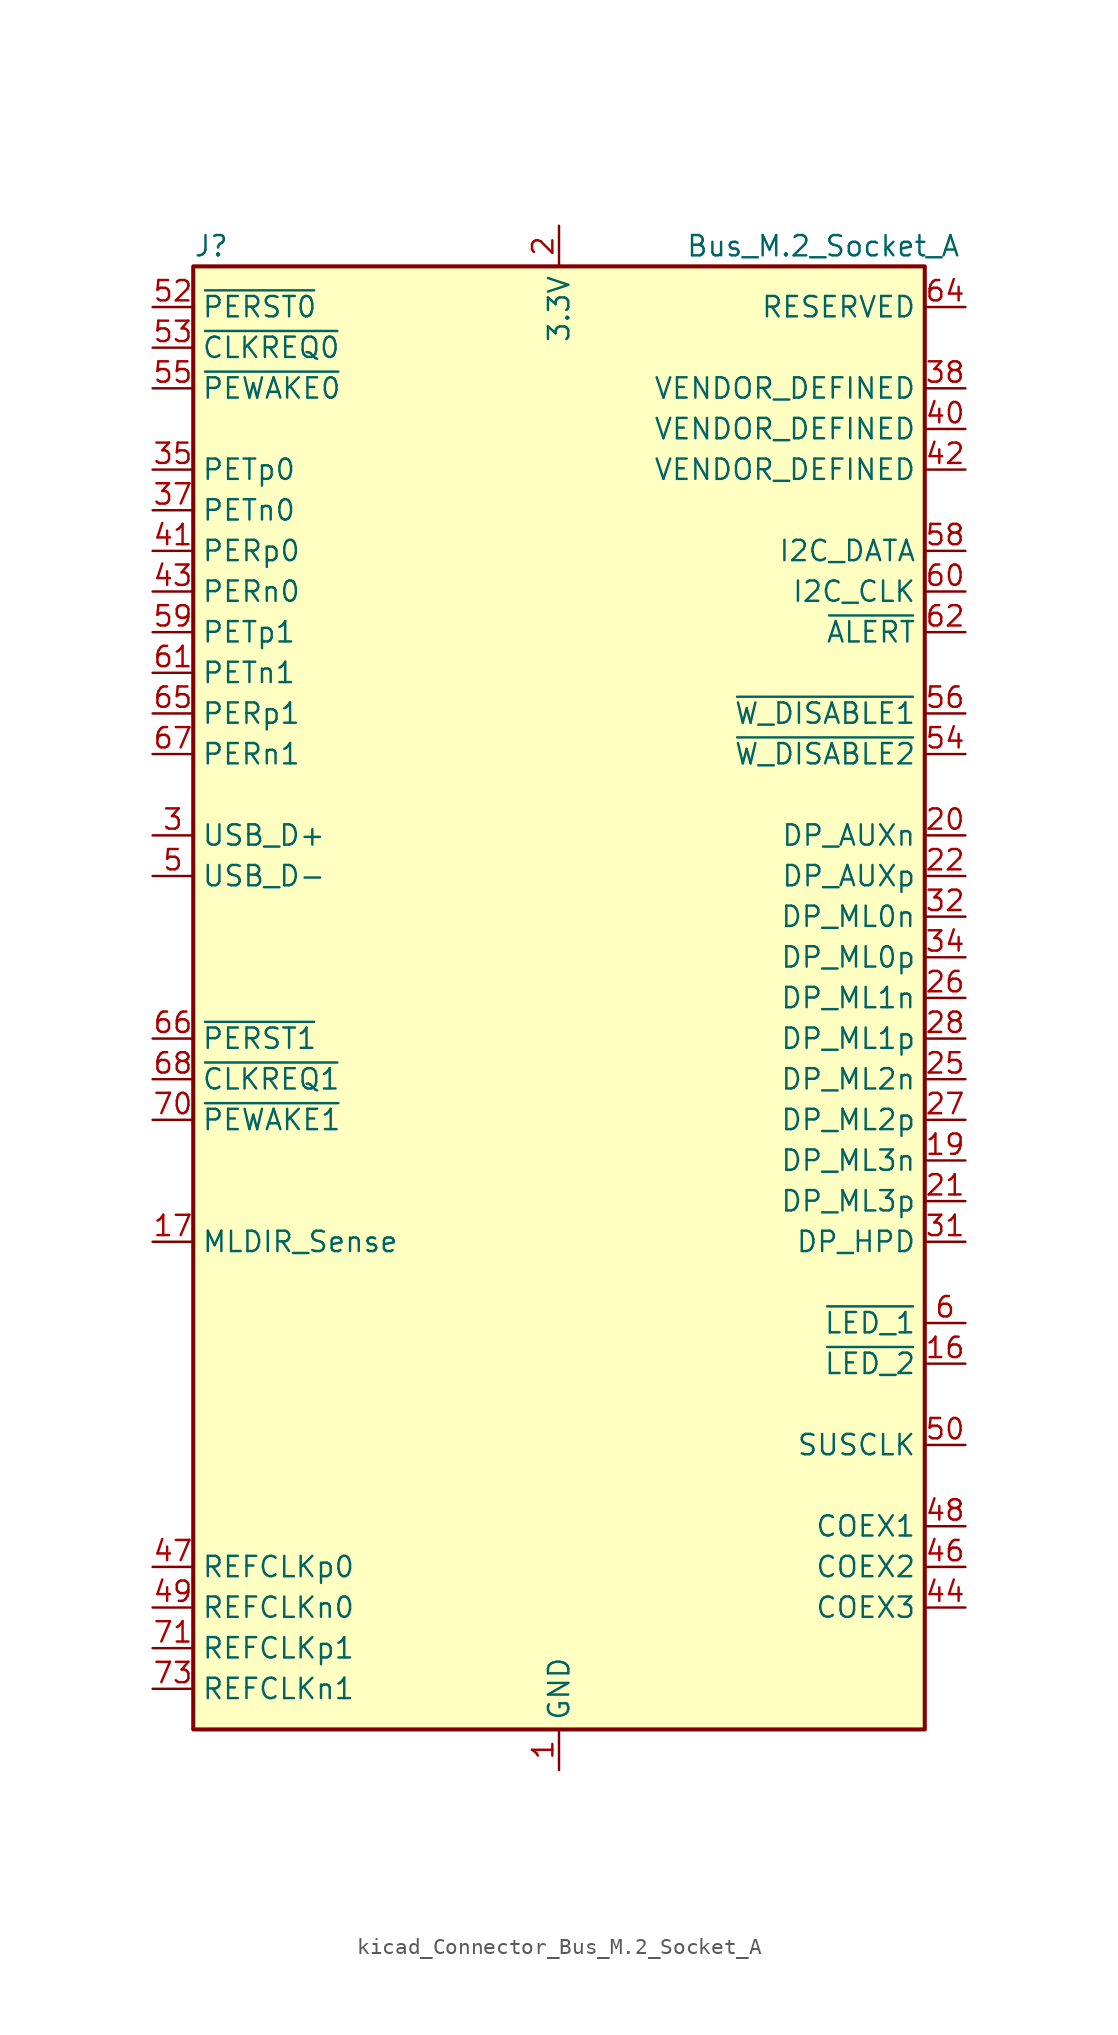
<source format=kicad_sym>
(kicad_symbol_lib
  (version 20220914)
  (generator kicad_symbol_editor)
  (symbol "kicad_Connector_Bus_M.2_Socket_A"
    (property "Reference" "J"
      (at -22.86 46.99 0)
      (effects (font (size 1.27 1.27)) (justify left)))
    (property "Value" "Bus_M.2_Socket_A"
      (at 16.51 46.99 0)
      (effects (font (size 1.27 1.27))))
    (symbol "kicad_Connector_Bus_M.2_Socket_A_0_1"
      (rectangle (start -22.86 45.72) (end 22.86 -45.72) (stroke (width 0.254) (type default)) (fill (type background))))
    (symbol "kicad_Connector_Bus_M.2_Socket_A_1_1"
      (pin power_in line (at 0 -48.26 90) (length 2.54) (name "GND" (effects (font (size 1.27 1.27)))) (number "1" (effects (font (size 1.27 1.27)))))
      (pin open_collector line (at 25.4 -22.86 180) (length 2.54) (name "~{LED_2}" (effects (font (size 1.27 1.27)))) (number "16" (effects (font (size 1.27 1.27)))))
      (pin input line (at -25.4 -15.24 0) (length 2.54) (name "MLDIR_Sense" (effects (font (size 1.27 1.27)))) (number "17" (effects (font (size 1.27 1.27)))))
      (pin passive line (at 0 -48.26 90) (length 2.54) hide (name "GND" (effects (font (size 1.27 1.27)))) (number "18" (effects (font (size 1.27 1.27)))))
      (pin bidirectional line (at 25.4 -10.16 180) (length 2.54) (name "DP_ML3n" (effects (font (size 1.27 1.27)))) (number "19" (effects (font (size 1.27 1.27)))))
      (pin power_in line (at 0 48.26 270) (length 2.54) (name "3.3V" (effects (font (size 1.27 1.27)))) (number "2" (effects (font (size 1.27 1.27)))))
      (pin bidirectional line (at 25.4 10.16 180) (length 2.54) (name "DP_AUXn" (effects (font (size 1.27 1.27)))) (number "20" (effects (font (size 1.27 1.27)))))
      (pin bidirectional line (at 25.4 -12.7 180) (length 2.54) (name "DP_ML3p" (effects (font (size 1.27 1.27)))) (number "21" (effects (font (size 1.27 1.27)))))
      (pin bidirectional line (at 25.4 7.62 180) (length 2.54) (name "DP_AUXp" (effects (font (size 1.27 1.27)))) (number "22" (effects (font (size 1.27 1.27)))))
      (pin passive line (at 0 -48.26 90) (length 2.54) hide (name "GND" (effects (font (size 1.27 1.27)))) (number "23" (effects (font (size 1.27 1.27)))))
      (pin passive line (at 0 -48.26 90) (length 2.54) hide (name "GND" (effects (font (size 1.27 1.27)))) (number "24" (effects (font (size 1.27 1.27)))))
      (pin bidirectional line (at 25.4 -5.08 180) (length 2.54) (name "DP_ML2n" (effects (font (size 1.27 1.27)))) (number "25" (effects (font (size 1.27 1.27)))))
      (pin bidirectional line (at 25.4 0 180) (length 2.54) (name "DP_ML1n" (effects (font (size 1.27 1.27)))) (number "26" (effects (font (size 1.27 1.27)))))
      (pin bidirectional line (at 25.4 -7.62 180) (length 2.54) (name "DP_ML2p" (effects (font (size 1.27 1.27)))) (number "27" (effects (font (size 1.27 1.27)))))
      (pin bidirectional line (at 25.4 -2.54 180) (length 2.54) (name "DP_ML1p" (effects (font (size 1.27 1.27)))) (number "28" (effects (font (size 1.27 1.27)))))
      (pin passive line (at 0 -48.26 90) (length 2.54) hide (name "GND" (effects (font (size 1.27 1.27)))) (number "29" (effects (font (size 1.27 1.27)))))
      (pin bidirectional line (at -25.4 10.16 0) (length 2.54) (name "USB_D+" (effects (font (size 1.27 1.27)))) (number "3" (effects (font (size 1.27 1.27)))))
      (pin passive line (at 0 -48.26 90) (length 2.54) hide (name "GND" (effects (font (size 1.27 1.27)))) (number "30" (effects (font (size 1.27 1.27)))))
      (pin bidirectional line (at 25.4 -15.24 180) (length 2.54) (name "DP_HPD" (effects (font (size 1.27 1.27)))) (number "31" (effects (font (size 1.27 1.27)))))
      (pin bidirectional line (at 25.4 5.08 180) (length 2.54) (name "DP_ML0n" (effects (font (size 1.27 1.27)))) (number "32" (effects (font (size 1.27 1.27)))))
      (pin passive line (at 0 -48.26 90) (length 2.54) hide (name "GND" (effects (font (size 1.27 1.27)))) (number "33" (effects (font (size 1.27 1.27)))))
      (pin bidirectional line (at 25.4 2.54 180) (length 2.54) (name "DP_ML0p" (effects (font (size 1.27 1.27)))) (number "34" (effects (font (size 1.27 1.27)))))
      (pin output line (at -25.4 33.02 0) (length 2.54) (name "PETp0" (effects (font (size 1.27 1.27)))) (number "35" (effects (font (size 1.27 1.27)))))
      (pin passive line (at 0 -48.26 90) (length 2.54) hide (name "GND" (effects (font (size 1.27 1.27)))) (number "36" (effects (font (size 1.27 1.27)))))
      (pin output line (at -25.4 30.48 0) (length 2.54) (name "PETn0" (effects (font (size 1.27 1.27)))) (number "37" (effects (font (size 1.27 1.27)))))
      (pin passive line (at 25.4 38.1 180) (length 2.54) (name "VENDOR_DEFINED" (effects (font (size 1.27 1.27)))) (number "38" (effects (font (size 1.27 1.27)))))
      (pin passive line (at 0 -48.26 90) (length 2.54) hide (name "GND" (effects (font (size 1.27 1.27)))) (number "39" (effects (font (size 1.27 1.27)))))
      (pin passive line (at 0 48.26 270) (length 2.54) hide (name "3.3V" (effects (font (size 1.27 1.27)))) (number "4" (effects (font (size 1.27 1.27)))))
      (pin passive line (at 25.4 35.56 180) (length 2.54) (name "VENDOR_DEFINED" (effects (font (size 1.27 1.27)))) (number "40" (effects (font (size 1.27 1.27)))))
      (pin input line (at -25.4 27.94 0) (length 2.54) (name "PERp0" (effects (font (size 1.27 1.27)))) (number "41" (effects (font (size 1.27 1.27)))))
      (pin passive line (at 25.4 33.02 180) (length 2.54) (name "VENDOR_DEFINED" (effects (font (size 1.27 1.27)))) (number "42" (effects (font (size 1.27 1.27)))))
      (pin input line (at -25.4 25.4 0) (length 2.54) (name "PERn0" (effects (font (size 1.27 1.27)))) (number "43" (effects (font (size 1.27 1.27)))))
      (pin bidirectional line (at 25.4 -38.1 180) (length 2.54) (name "COEX3" (effects (font (size 1.27 1.27)))) (number "44" (effects (font (size 1.27 1.27)))))
      (pin passive line (at 0 -48.26 90) (length 2.54) hide (name "GND" (effects (font (size 1.27 1.27)))) (number "45" (effects (font (size 1.27 1.27)))))
      (pin bidirectional line (at 25.4 -35.56 180) (length 2.54) (name "COEX2" (effects (font (size 1.27 1.27)))) (number "46" (effects (font (size 1.27 1.27)))))
      (pin output line (at -25.4 -35.56 0) (length 2.54) (name "REFCLKp0" (effects (font (size 1.27 1.27)))) (number "47" (effects (font (size 1.27 1.27)))))
      (pin bidirectional line (at 25.4 -33.02 180) (length 2.54) (name "COEX1" (effects (font (size 1.27 1.27)))) (number "48" (effects (font (size 1.27 1.27)))))
      (pin output line (at -25.4 -38.1 0) (length 2.54) (name "REFCLKn0" (effects (font (size 1.27 1.27)))) (number "49" (effects (font (size 1.27 1.27)))))
      (pin bidirectional line (at -25.4 7.62 0) (length 2.54) (name "USB_D-" (effects (font (size 1.27 1.27)))) (number "5" (effects (font (size 1.27 1.27)))))
      (pin output line (at 25.4 -27.94 180) (length 2.54) (name "SUSCLK" (effects (font (size 1.27 1.27)))) (number "50" (effects (font (size 1.27 1.27)))))
      (pin passive line (at 0 -48.26 90) (length 2.54) hide (name "GND" (effects (font (size 1.27 1.27)))) (number "51" (effects (font (size 1.27 1.27)))))
      (pin output line (at -25.4 43.18 0) (length 2.54) (name "~{PERST0}" (effects (font (size 1.27 1.27)))) (number "52" (effects (font (size 1.27 1.27)))))
      (pin bidirectional line (at -25.4 40.64 0) (length 2.54) (name "~{CLKREQ0}" (effects (font (size 1.27 1.27)))) (number "53" (effects (font (size 1.27 1.27)))))
      (pin output line (at 25.4 15.24 180) (length 2.54) (name "~{W_DISABLE2}" (effects (font (size 1.27 1.27)))) (number "54" (effects (font (size 1.27 1.27)))))
      (pin bidirectional line (at -25.4 38.1 0) (length 2.54) (name "~{PEWAKE0}" (effects (font (size 1.27 1.27)))) (number "55" (effects (font (size 1.27 1.27)))))
      (pin output line (at 25.4 17.78 180) (length 2.54) (name "~{W_DISABLE1}" (effects (font (size 1.27 1.27)))) (number "56" (effects (font (size 1.27 1.27)))))
      (pin passive line (at 0 -48.26 90) (length 2.54) hide (name "GND" (effects (font (size 1.27 1.27)))) (number "57" (effects (font (size 1.27 1.27)))))
      (pin bidirectional line (at 25.4 27.94 180) (length 2.54) (name "I2C_DATA" (effects (font (size 1.27 1.27)))) (number "58" (effects (font (size 1.27 1.27)))))
      (pin output line (at -25.4 22.86 0) (length 2.54) (name "PETp1" (effects (font (size 1.27 1.27)))) (number "59" (effects (font (size 1.27 1.27)))))
      (pin open_collector line (at 25.4 -20.32 180) (length 2.54) (name "~{LED_1}" (effects (font (size 1.27 1.27)))) (number "6" (effects (font (size 1.27 1.27)))))
      (pin output line (at 25.4 25.4 180) (length 2.54) (name "I2C_CLK" (effects (font (size 1.27 1.27)))) (number "60" (effects (font (size 1.27 1.27)))))
      (pin output line (at -25.4 20.32 0) (length 2.54) (name "PETn1" (effects (font (size 1.27 1.27)))) (number "61" (effects (font (size 1.27 1.27)))))
      (pin input line (at 25.4 22.86 180) (length 2.54) (name "~{ALERT}" (effects (font (size 1.27 1.27)))) (number "62" (effects (font (size 1.27 1.27)))))
      (pin passive line (at 0 -48.26 90) (length 2.54) hide (name "GND" (effects (font (size 1.27 1.27)))) (number "63" (effects (font (size 1.27 1.27)))))
      (pin passive line (at 25.4 43.18 180) (length 2.54) (name "RESERVED" (effects (font (size 1.27 1.27)))) (number "64" (effects (font (size 1.27 1.27)))))
      (pin input line (at -25.4 17.78 0) (length 2.54) (name "PERp1" (effects (font (size 1.27 1.27)))) (number "65" (effects (font (size 1.27 1.27)))))
      (pin output line (at -25.4 -2.54 0) (length 2.54) (name "~{PERST1}" (effects (font (size 1.27 1.27)))) (number "66" (effects (font (size 1.27 1.27)))))
      (pin input line (at -25.4 15.24 0) (length 2.54) (name "PERn1" (effects (font (size 1.27 1.27)))) (number "67" (effects (font (size 1.27 1.27)))))
      (pin bidirectional line (at -25.4 -5.08 0) (length 2.54) (name "~{CLKREQ1}" (effects (font (size 1.27 1.27)))) (number "68" (effects (font (size 1.27 1.27)))))
      (pin passive line (at 0 -48.26 90) (length 2.54) hide (name "GND" (effects (font (size 1.27 1.27)))) (number "69" (effects (font (size 1.27 1.27)))))
      (pin passive line (at 0 -48.26 90) (length 2.54) hide (name "GND" (effects (font (size 1.27 1.27)))) (number "7" (effects (font (size 1.27 1.27)))))
      (pin bidirectional line (at -25.4 -7.62 0) (length 2.54) (name "~{PEWAKE1}" (effects (font (size 1.27 1.27)))) (number "70" (effects (font (size 1.27 1.27)))))
      (pin output line (at -25.4 -40.64 0) (length 2.54) (name "REFCLKp1" (effects (font (size 1.27 1.27)))) (number "71" (effects (font (size 1.27 1.27)))))
      (pin passive line (at 0 48.26 270) (length 2.54) hide (name "3.3V" (effects (font (size 1.27 1.27)))) (number "72" (effects (font (size 1.27 1.27)))))
      (pin output line (at -25.4 -43.18 0) (length 2.54) (name "REFCLKn1" (effects (font (size 1.27 1.27)))) (number "73" (effects (font (size 1.27 1.27)))))
      (pin passive line (at 0 48.26 270) (length 2.54) hide (name "3.3V" (effects (font (size 1.27 1.27)))) (number "74" (effects (font (size 1.27 1.27)))))
      (pin passive line (at 0 -48.26 90) (length 2.54) hide (name "GND" (effects (font (size 1.27 1.27)))) (number "75" (effects (font (size 1.27 1.27))))))))
</source>
